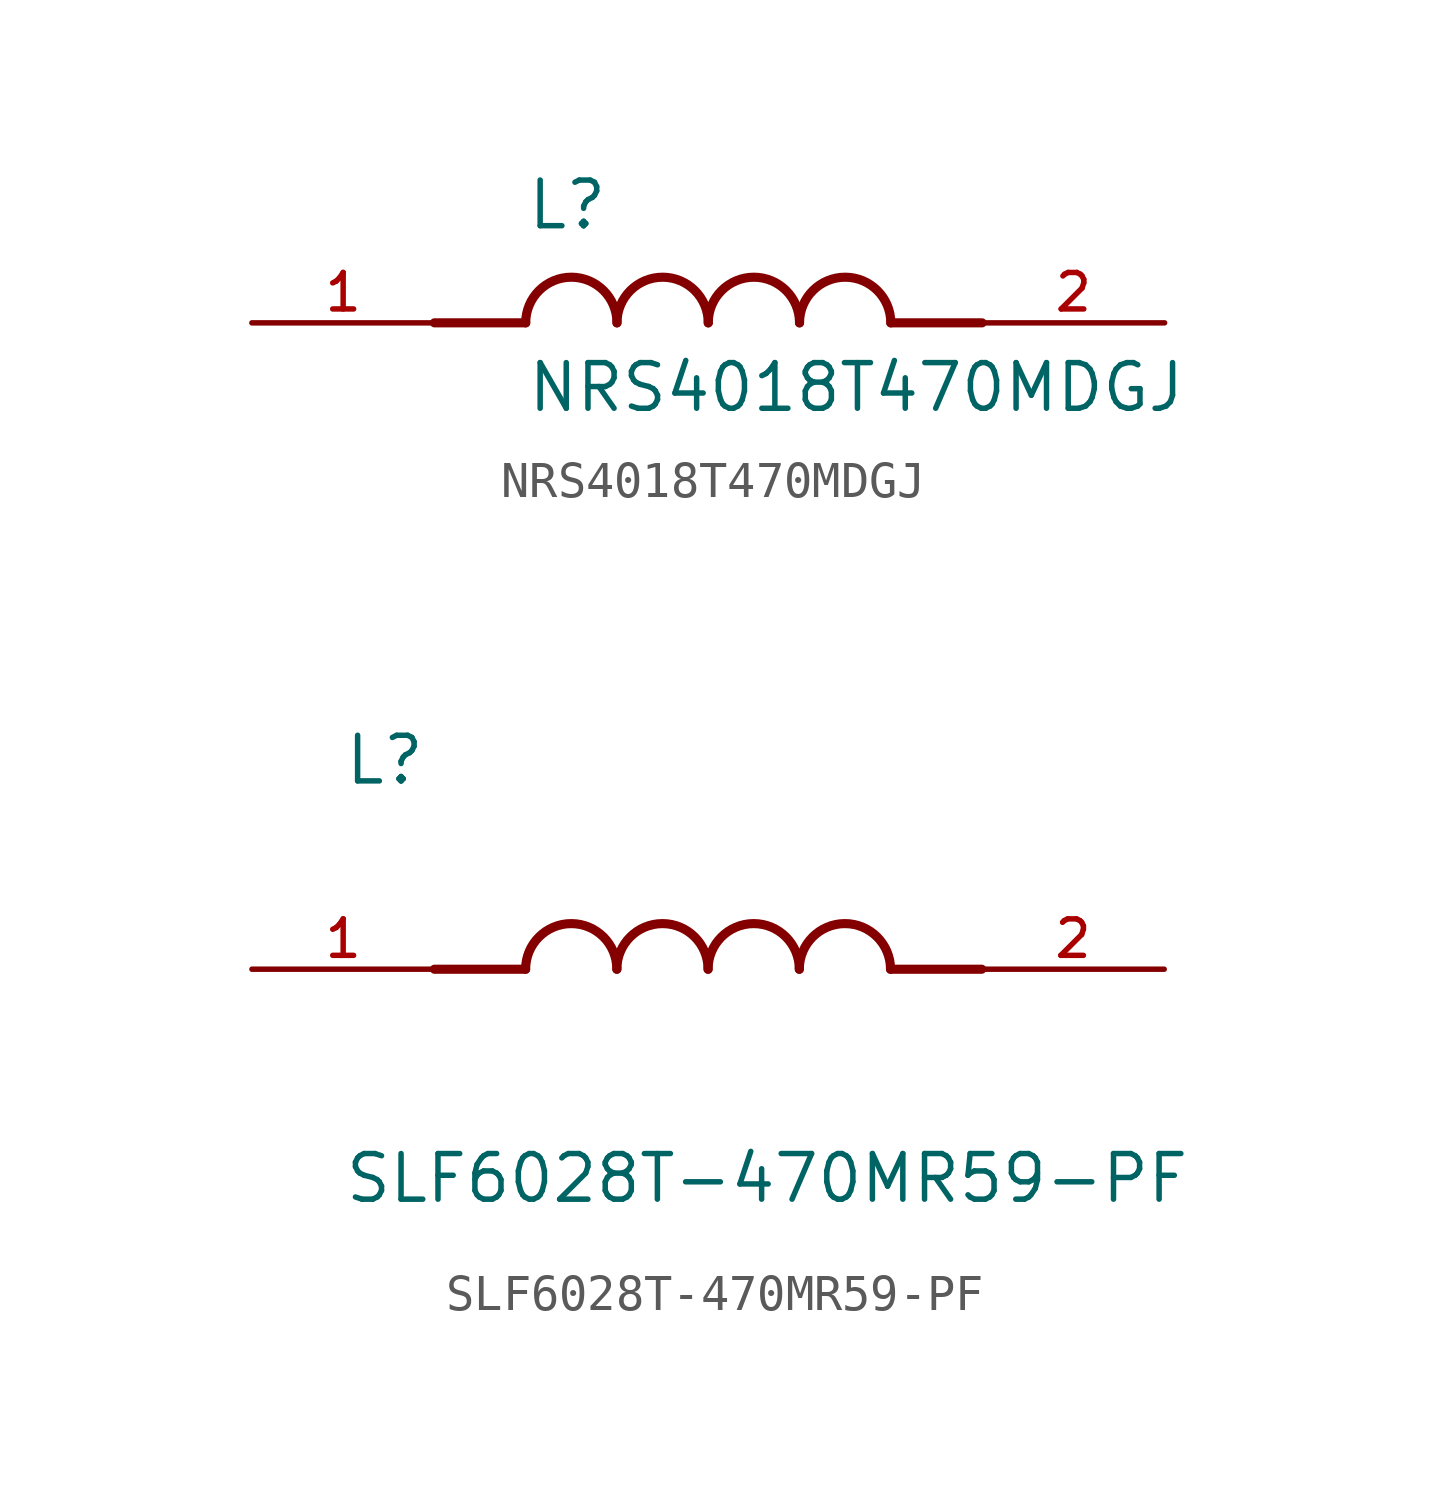
<source format=kicad_sym>
(kicad_symbol_lib
  (version 20211014)
  (generator kicad_symbol_editor)
  (symbol "NRS4018T470MDGJ"
    (pin_names
      (offset 1.016))
    (property "Reference" "L"
      (at -5.08 2.54 0)
      (effects (font (size 1.27 1.27)) (justify bottom left)))
    (property "Value" "NRS4018T470MDGJ"
      (at -5.08 -2.54 0)
      (effects (font (size 1.27 1.27)) (justify bottom left)))
    (symbol "NRS4018T470MDGJ_0_0"
      (polyline (pts (xy -5.08 0.0) (xy -7.62 0.0)) (stroke (width 0.254)))
      (polyline (pts (xy 5.08 0.0) (xy 7.62 0.0)) (stroke (width 0.254)))
      (arc (start -2.54 0.0) (mid -3.81 1.27) (end -5.08 0.0) (stroke (width 0.254) (type default) (color 0 0 0 0)) (fill (type none)))
      (arc (start 0.0 0.0) (mid -1.27 1.27) (end -2.54 0.0) (stroke (width 0.254) (type default) (color 0 0 0 0)) (fill (type none)))
      (arc (start 2.54 0.0) (mid 1.27 1.27) (end 0.0 0.0) (stroke (width 0.254) (type default) (color 0 0 0 0)) (fill (type none)))
      (arc (start 5.08 0.0) (mid 3.81 1.27) (end 2.54 0.0) (stroke (width 0.254) (type default) (color 0 0 0 0)) (fill (type none)))
      (pin passive line (at -12.7 0.0 0) (length 5.08) (name "~" (effects (font (size 1.016 1.016)))) (number "1" (effects (font (size 1.016 1.016)))))
      (pin passive line (at 12.7 0.0 180.0) (length 5.08) (name "~" (effects (font (size 1.016 1.016)))) (number "2" (effects (font (size 1.016 1.016)))))))
  (symbol "SLF6028T-470MR59-PF"
    (pin_names
      (offset 1.016))
    (property "Reference" "L"
      (at -10.16 5.08 0)
      (effects (font (size 1.27 1.27)) (justify bottom left)))
    (property "Value" "SLF6028T-470MR59-PF"
      (at -10.16 -5.08 0)
      (effects (font (size 1.27 1.27)) (justify top left)))
    (symbol "SLF6028T-470MR59-PF_0_0"
      (polyline (pts (xy -5.08 0.0) (xy -7.62 0.0)) (stroke (width 0.254)))
      (polyline (pts (xy 5.08 0.0) (xy 7.62 0.0)) (stroke (width 0.254)))
      (arc (start -2.54 0.0) (mid -3.81 1.27) (end -5.08 0.0) (stroke (width 0.254) (type default) (color 0 0 0 0)) (fill (type none)))
      (arc (start 0.0 0.0) (mid -1.27 1.27) (end -2.54 0.0) (stroke (width 0.254) (type default) (color 0 0 0 0)) (fill (type none)))
      (arc (start 2.54 0.0) (mid 1.27 1.27) (end 0.0 0.0) (stroke (width 0.254) (type default) (color 0 0 0 0)) (fill (type none)))
      (arc (start 5.08 0.0) (mid 3.81 1.27) (end 2.54 0.0) (stroke (width 0.254) (type default) (color 0 0 0 0)) (fill (type none)))
      (pin passive line (at -12.7 0.0 0) (length 5.08) (name "~" (effects (font (size 1.016 1.016)))) (number "1" (effects (font (size 1.016 1.016)))))
      (pin passive line (at 12.7 0.0 180.0) (length 5.08) (name "~" (effects (font (size 1.016 1.016)))) (number "2" (effects (font (size 1.016 1.016))))))))
</source>
